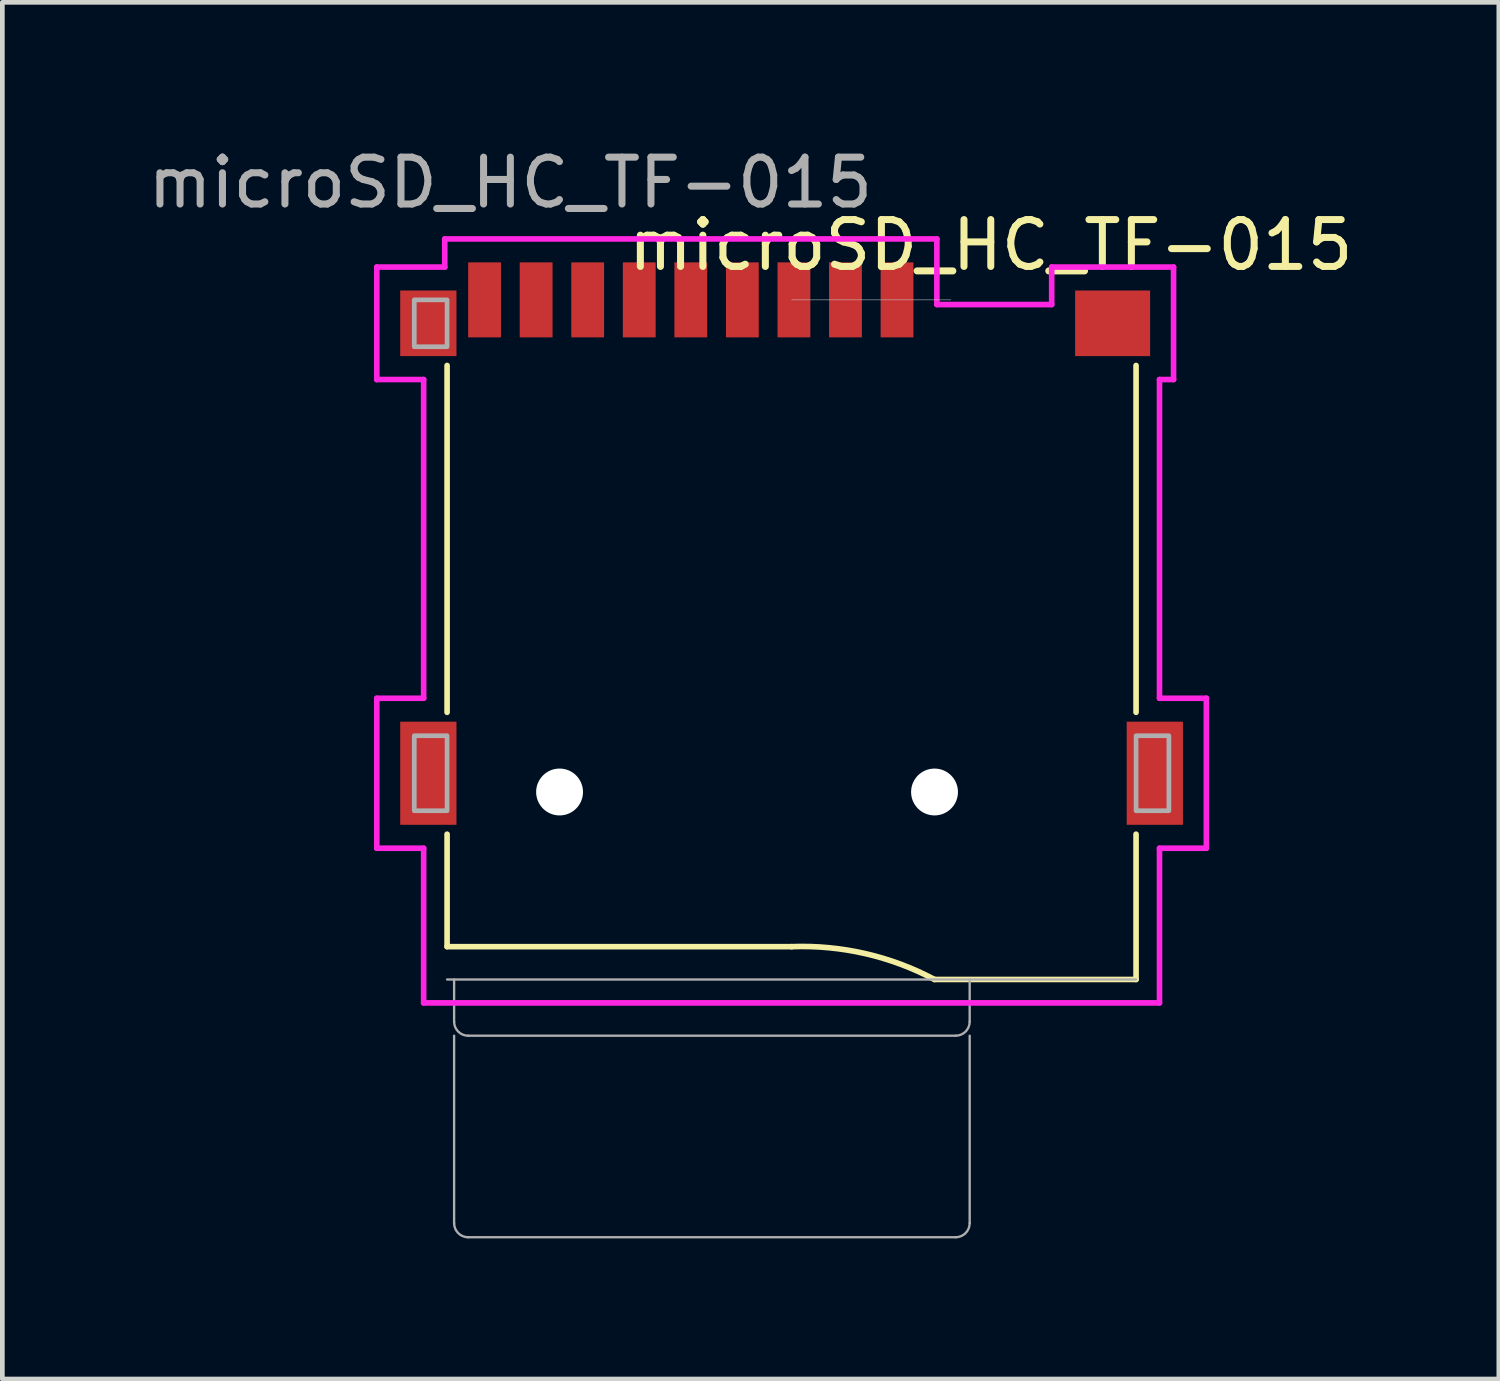
<source format=kicad_pcb>
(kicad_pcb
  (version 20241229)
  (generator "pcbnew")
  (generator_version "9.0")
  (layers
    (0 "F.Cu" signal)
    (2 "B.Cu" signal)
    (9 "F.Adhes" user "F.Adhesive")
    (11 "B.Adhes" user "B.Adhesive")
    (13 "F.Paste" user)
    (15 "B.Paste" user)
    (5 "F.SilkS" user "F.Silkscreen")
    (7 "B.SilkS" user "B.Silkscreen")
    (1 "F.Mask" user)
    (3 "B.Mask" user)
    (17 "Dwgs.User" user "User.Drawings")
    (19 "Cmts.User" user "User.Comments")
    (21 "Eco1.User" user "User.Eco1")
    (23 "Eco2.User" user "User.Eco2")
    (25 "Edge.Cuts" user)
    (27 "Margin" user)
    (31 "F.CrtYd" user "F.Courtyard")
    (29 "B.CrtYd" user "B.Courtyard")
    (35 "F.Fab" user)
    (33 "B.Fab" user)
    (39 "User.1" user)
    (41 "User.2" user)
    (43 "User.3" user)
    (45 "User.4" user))
  (footprint "microSD_HC_TF-015"
    (layer "F.Cu")
    (at 13.839 10.348)
    (property "Reference" "microSD_HC_TF-015" (at 4.25 -8.168 0) (unlocked yes) (layer "F.SilkS") (effects (font (size 1 1) (thickness 0.15))))
    (attr smd)
    (fp_line (start -7.35 1.8) (end -7.35 -5.6) (stroke (width 0.12) (type solid)) (layer "F.SilkS"))
    (fp_line (start -7.35 6.8) (end -7.35 4.4) (stroke (width 0.12) (type solid)) (layer "F.SilkS"))
    (fp_line (start -7.35 6.8) (end 0 6.8) (stroke (width 0.12) (type solid)) (layer "F.SilkS"))
    (fp_line (start 7.35 1.8) (end 7.35 -5.6) (stroke (width 0.12) (type solid)) (layer "F.SilkS"))
    (fp_line (start 7.35 7.5) (end 3.05 7.5) (stroke (width 0.12) (type solid)) (layer "F.SilkS"))
    (fp_line (start 7.35 7.5) (end 7.35 4.4) (stroke (width 0.12) (type solid)) (layer "F.SilkS"))
    (fp_arc (start 0 6.8) (mid 1.571388 6.947876) (end 3.049999 7.5) (stroke (width 0.12) (type solid)) (layer "F.SilkS"))
    (fp_line (start 3.4 -7) (end 0 -7) (stroke (width 0.01) (type solid)) (layer "Dwgs.User"))
    (fp_line (start -8.85 -7.7) (end -8.85 -5.3) (stroke (width 0.12) (type solid)) (layer "F.CrtYd"))
    (fp_line (start -8.85 -7.7) (end -7.4 -7.7) (stroke (width 0.12) (type solid)) (layer "F.CrtYd"))
    (fp_line (start -8.85 -5.3) (end -7.85 -5.3) (stroke (width 0.12) (type solid)) (layer "F.CrtYd"))
    (fp_line (start -8.85 1.5) (end -8.85 4.7) (stroke (width 0.12) (type solid)) (layer "F.CrtYd"))
    (fp_line (start -8.85 4.7) (end -7.85 4.7) (stroke (width 0.12) (type solid)) (layer "F.CrtYd"))
    (fp_line (start -7.85 1.5) (end -8.85 1.5) (stroke (width 0.12) (type solid)) (layer "F.CrtYd"))
    (fp_line (start -7.85 1.5) (end -7.85 -5.3) (stroke (width 0.12) (type solid)) (layer "F.CrtYd"))
    (fp_line (start -7.85 4.7) (end -7.85 8) (stroke (width 0.12) (type solid)) (layer "F.CrtYd"))
    (fp_line (start -7.85 8) (end 7.85 8) (stroke (width 0.12) (type solid)) (layer "F.CrtYd"))
    (fp_line (start -7.4 -8.3) (end 3.1 -8.3) (stroke (width 0.12) (type solid)) (layer "F.CrtYd"))
    (fp_line (start -7.4 -7.7) (end -7.4 -8.3) (stroke (width 0.12) (type solid)) (layer "F.CrtYd"))
    (fp_line (start 3.1 -8.3) (end 3.1 -6.9) (stroke (width 0.12) (type solid)) (layer "F.CrtYd"))
    (fp_line (start 3.1 -6.9) (end 5.55 -6.9) (stroke (width 0.12) (type solid)) (layer "F.CrtYd"))
    (fp_line (start 5.55 -7.7) (end 8.15 -7.7) (stroke (width 0.12) (type solid)) (layer "F.CrtYd"))
    (fp_line (start 5.55 -6.9) (end 5.55 -7.7) (stroke (width 0.12) (type solid)) (layer "F.CrtYd"))
    (fp_line (start 7.85 -5.3) (end 8.15 -5.3) (stroke (width 0.12) (type solid)) (layer "F.CrtYd"))
    (fp_line (start 7.85 1.5) (end 7.85 -5.3) (stroke (width 0.12) (type solid)) (layer "F.CrtYd"))
    (fp_line (start 7.85 4.7) (end 8.85 4.7) (stroke (width 0.12) (type solid)) (layer "F.CrtYd"))
    (fp_line (start 7.85 8) (end 7.85 4.7) (stroke (width 0.12) (type solid)) (layer "F.CrtYd"))
    (fp_line (start 8.15 -7.7) (end 8.15 -5.3) (stroke (width 0.12) (type solid)) (layer "F.CrtYd"))
    (fp_line (start 8.85 1.5) (end 7.85 1.5) (stroke (width 0.12) (type solid)) (layer "F.CrtYd"))
    (fp_line (start 8.85 4.7) (end 8.85 1.5) (stroke (width 0.12) (type solid)) (layer "F.CrtYd"))
    (fp_line (start -7.2 7.5) (end -7.2 8.4) (stroke (width 0.05) (type solid)) (layer "F.Fab"))
    (fp_line (start -7.2 8.7) (end -7.2 12.7) (stroke (width 0.05) (type solid)) (layer "F.Fab"))
    (fp_line (start -6.9 8.7) (end 3.5 8.7) (stroke (width 0.05) (type solid)) (layer "F.Fab"))
    (fp_line (start -6.9 13) (end 3.5 13) (stroke (width 0.05) (type solid)) (layer "F.Fab"))
    (fp_line (start 3.8 8.4) (end 3.8 7.5) (stroke (width 0.05) (type solid)) (layer "F.Fab"))
    (fp_line (start 3.8 12.7) (end 3.8 8.7) (stroke (width 0.05) (type solid)) (layer "F.Fab"))
    (fp_line (start 7.35 7.5) (end -7.35 7.5) (stroke (width 0.05) (type solid)) (layer "F.Fab"))
    (fp_rect (start -8.05 2.3) (end -7.35 3.9) (stroke (width 0.1) (type solid)) (fill no) (layer "F.Fab"))
    (fp_rect (start -7.35 -7) (end -8.05 -6) (stroke (width 0.1) (type solid)) (fill no) (layer "F.Fab"))
    (fp_rect (start 7.35 2.3) (end 8.05 3.9) (stroke (width 0.1) (type solid)) (fill no) (layer "F.Fab"))
    (fp_arc (start -6.900001 8.700001) (mid -7.112133 8.612132) (end -7.2 8.4) (stroke (width 0.05) (type solid)) (layer "F.Fab"))
    (fp_arc (start -6.900001 13.000001) (mid -7.112133 12.912132) (end -7.2 12.7) (stroke (width 0.05) (type solid)) (layer "F.Fab"))
    (fp_arc (start 3.800001 8.400001) (mid 3.712132 8.612133) (end 3.5 8.7) (stroke (width 0.05) (type solid)) (layer "F.Fab"))
    (fp_arc (start 3.800001 12.700001) (mid 3.712132 12.912133) (end 3.5 13) (stroke (width 0.05) (type solid)) (layer "F.Fab"))
    (fp_text user "${REFERENCE}" (at -6 -9.5 0) (unlocked yes) (layer "F.Fab") (effects (font (size 1 1) (thickness 0.15))))
    (pad "" np_thru_hole circle (at -4.95 3.5) (size 1 1) (drill 1) (layers "*.Cu" "*.Mask"))
    (pad "" np_thru_hole circle (at 3.05 3.5) (size 1 1) (drill 1) (layers "*.Cu" "*.Mask"))
    (pad "1" smd rect (at 2.25 -7) (size 0.7 1.6) (layers "F.Cu" "F.Mask" "F.Paste"))
    (pad "2" smd rect (at 1.15 -7) (size 0.7 1.6) (layers "F.Cu" "F.Mask" "F.Paste"))
    (pad "3" smd rect (at 0.05 -7) (size 0.7 1.6) (layers "F.Cu" "F.Mask" "F.Paste"))
    (pad "4" smd rect (at -1.05 -7) (size 0.7 1.6) (layers "F.Cu" "F.Mask" "F.Paste"))
    (pad "5" smd rect (at -2.15 -7) (size 0.7 1.6) (layers "F.Cu" "F.Mask" "F.Paste"))
    (pad "6" smd rect (at -3.25 -7) (size 0.7 1.6) (layers "F.Cu" "F.Mask" "F.Paste"))
    (pad "7" smd rect (at -4.35 -7) (size 0.7 1.6) (layers "F.Cu" "F.Mask" "F.Paste"))
    (pad "8" smd rect (at -5.45 -7) (size 0.7 1.6) (layers "F.Cu" "F.Mask" "F.Paste"))
    (pad "9" smd rect (at -6.55 -7) (size 0.7 1.6) (layers "F.Cu" "F.Mask" "F.Paste"))
    (pad "10" smd rect (at -7.75 -6.5) (size 1.2 1.4) (layers "F.Cu" "F.Mask" "F.Paste"))
    (pad "10" smd rect (at -7.75 3.1) (size 1.2 2.2) (layers "F.Cu" "F.Mask" "F.Paste"))
    (pad "10" smd rect (at 6.85 -6.5) (size 1.6 1.4) (layers "F.Cu" "F.Mask" "F.Paste"))
    (pad "10" smd rect (at 7.75 3.1) (size 1.2 2.2) (layers "F.Cu" "F.Mask" "F.Paste")))
  (gr_rect
    (start -3 -3)
    (end 28.929 26.373)
    (stroke (width 0.1) (type default))
    (fill no)
    (layer "Edge.Cuts")))
</source>
